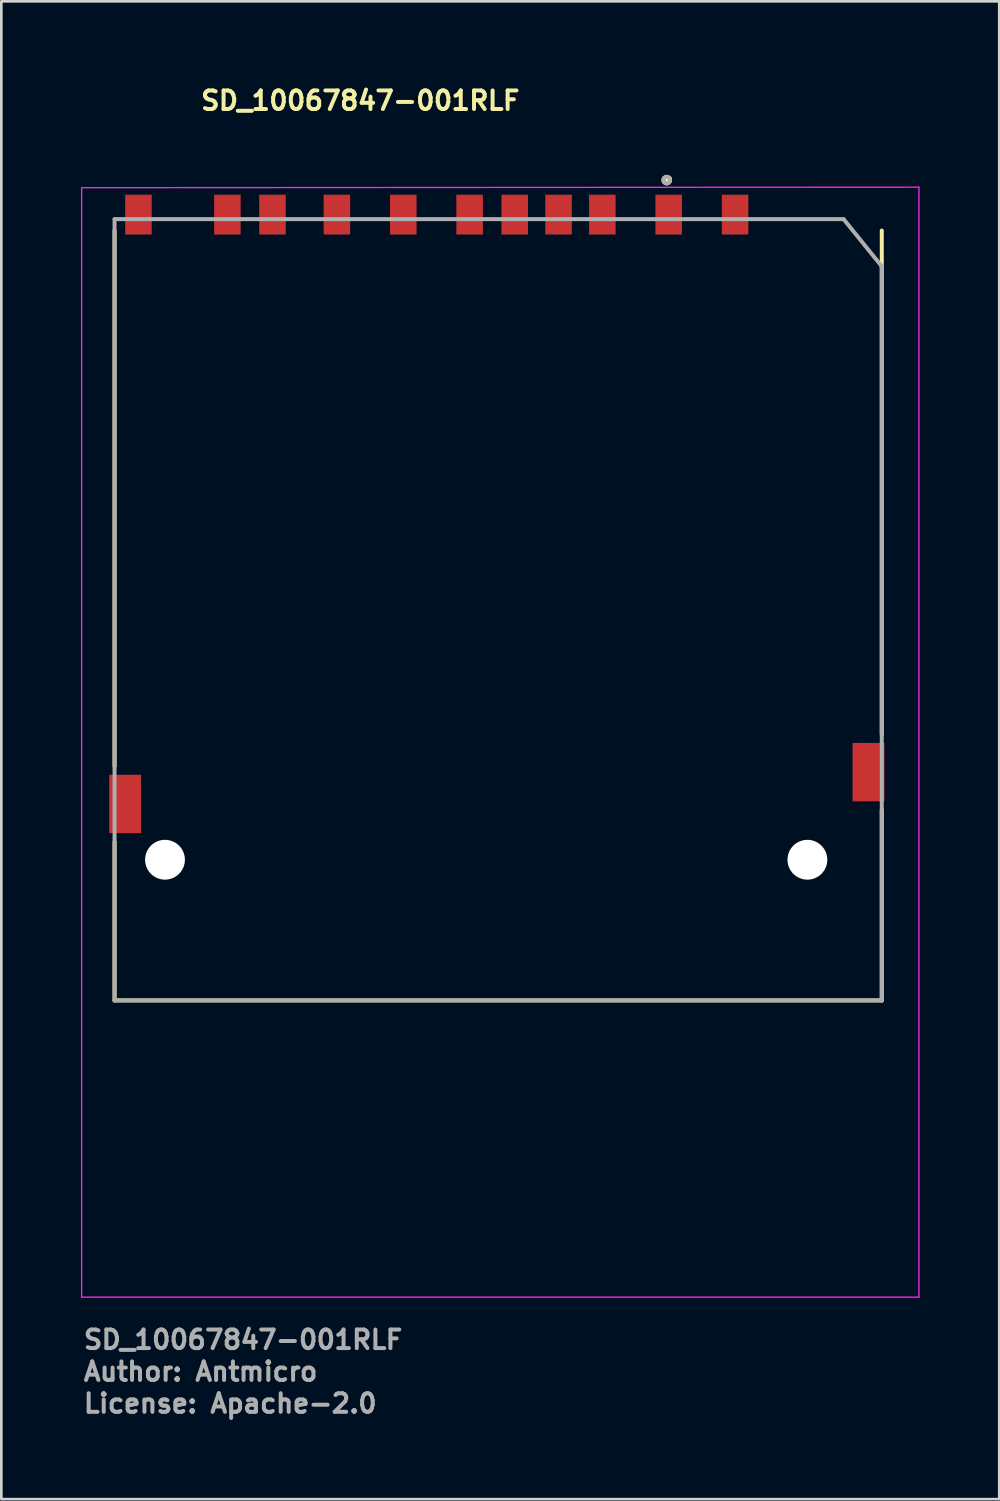
<source format=kicad_pcb>
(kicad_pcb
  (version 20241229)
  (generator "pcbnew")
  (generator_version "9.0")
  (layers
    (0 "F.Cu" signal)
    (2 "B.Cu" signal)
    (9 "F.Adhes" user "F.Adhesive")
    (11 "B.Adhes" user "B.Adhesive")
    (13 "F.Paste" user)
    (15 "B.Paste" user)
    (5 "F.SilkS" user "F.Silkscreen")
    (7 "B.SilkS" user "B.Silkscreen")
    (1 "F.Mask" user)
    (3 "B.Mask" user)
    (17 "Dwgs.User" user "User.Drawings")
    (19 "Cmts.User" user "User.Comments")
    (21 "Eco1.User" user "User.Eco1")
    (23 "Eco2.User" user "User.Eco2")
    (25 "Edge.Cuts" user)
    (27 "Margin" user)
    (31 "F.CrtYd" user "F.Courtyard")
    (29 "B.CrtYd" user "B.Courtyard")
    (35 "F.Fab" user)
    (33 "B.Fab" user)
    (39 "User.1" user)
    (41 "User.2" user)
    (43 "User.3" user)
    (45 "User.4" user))
  (footprint "SD_10067847-001RLF"
    (layer "F.Cu")
    (at 15.765 19.71)
    (property "Reference" "SD_10067847-001RLF" (at -11.325 -18.56 0) (layer "F.SilkS") (effects (font (size 0.7 0.7) (thickness 0.15)) (justify left bottom)))
    (attr smd)
    (fp_line (start -14.5 -14.075) (end -14.5 6.105) (stroke (width 0.15) (type solid)) (layer "F.SilkS"))
    (fp_line (start -14.5 8.942) (end -14.5 14.924) (stroke (width 0.15) (type solid)) (layer "F.SilkS"))
    (fp_line (start -14.5 14.924) (end 14.4 14.924) (stroke (width 0.15) (type solid)) (layer "F.SilkS"))
    (fp_line (start 14.4 -14.075) (end 14.4 4.905) (stroke (width 0.15) (type solid)) (layer "F.SilkS"))
    (fp_line (start 14.4 14.924) (end 14.4 7.745) (stroke (width 0.15) (type solid)) (layer "F.SilkS"))
    (fp_circle (center 6.299 -15.976) (end 6.349 -15.976) (stroke (width 0.15) (type solid)) (fill no) (layer "F.SilkS"))
    (fp_circle (center 6.373 -16.006) (end 6.421 -16.006) (stroke (width 0.15) (type solid)) (fill yes) (layer "F.SilkS"))
    (fp_circle (center 6.373 -16.006) (end 6.421 -16.006) (stroke (width 0.15) (type solid)) (fill yes) (layer "F.SilkS"))
    (fp_line (start -15.74 -15.69) (end 15.8 -15.71) (stroke (width 0.05) (type solid)) (layer "F.CrtYd"))
    (fp_line (start -15.74 26.1) (end -15.74 -15.69) (stroke (width 0.05) (type solid)) (layer "F.CrtYd"))
    (fp_line (start 15.8 -15.71) (end 15.8 26.1) (stroke (width 0.05) (type solid)) (layer "F.CrtYd"))
    (fp_line (start 15.8 26.1) (end -15.74 26.1) (stroke (width 0.05) (type solid)) (layer "F.CrtYd"))
    (fp_line (start -14.5 -14.505) (end 12.961 -14.505) (stroke (width 0.15) (type solid)) (layer "F.Fab"))
    (fp_line (start -14.5 14.924) (end -14.5 -14.505) (stroke (width 0.15) (type solid)) (layer "F.Fab"))
    (fp_line (start 12.961 -14.505) (end 14.4 -12.727) (stroke (width 0.15) (type solid)) (layer "F.Fab"))
    (fp_line (start 14.4 -12.727) (end 14.4 14.924) (stroke (width 0.15) (type solid)) (layer "F.Fab"))
    (fp_line (start 14.4 14.924) (end -14.5 14.924) (stroke (width 0.15) (type solid)) (layer "F.Fab"))
    (fp_circle (center 6.299 -15.976) (end 6.349 -15.976) (stroke (width 0.15) (type solid)) (fill no) (layer "F.Fab"))
    (fp_rect (start -14.225 -15.126) (end 14.224 15.125) (stroke (width 0.15) (type solid)) (fill no) (layer "User.5"))
    (fp_line (start -14.225 -9.625) (end -14.225 -8.125) (stroke (width 0.01) (type solid)) (layer "User.9"))
    (fp_line (start -14.225 -8.125) (end -14.2 -8.125) (stroke (width 0.01) (type solid)) (layer "User.9"))
    (fp_line (start -14.225 12.375) (end -14.225 9.875) (stroke (width 0.01) (type solid)) (layer "User.9"))
    (fp_line (start -14.225 13.125) (end -14.225 15.125) (stroke (width 0.01) (type solid)) (layer "User.9"))
    (fp_line (start -14.225 13.125) (end -13.975 13.125) (stroke (width 0.01) (type solid)) (layer "User.9"))
    (fp_line (start -14.2 -9.625) (end -14.225 -9.625) (stroke (width 0.01) (type solid)) (layer "User.9"))
    (fp_line (start -14.2 9.875) (end -14.225 9.875) (stroke (width 0.01) (type solid)) (layer "User.9"))
    (fp_line (start -14.2 12.375) (end -14.225 12.375) (stroke (width 0.01) (type solid)) (layer "User.9"))
    (fp_line (start -14.2 12.825) (end -14.2 -13.875) (stroke (width 0.01) (type solid)) (layer "User.9"))
    (fp_line (start -14.2 12.825) (end -14.098 12.825) (stroke (width 0.01) (type solid)) (layer "User.9"))
    (fp_line (start -14.098 -13.875) (end -14.2 -13.875) (stroke (width 0.01) (type solid)) (layer "User.9"))
    (fp_line (start -14.098 -13.875) (end -14.098 -13.875) (stroke (width 0.01) (type solid)) (layer "User.9"))
    (fp_line (start -14.098 12.825) (end -14.098 12.825) (stroke (width 0.01) (type solid)) (layer "User.9"))
    (fp_line (start -14.098 12.825) (end -13.85 12.825) (stroke (width 0.01) (type solid)) (layer "User.9"))
    (fp_line (start -13.975 13.125) (end -13.975 12.825) (stroke (width 0.01) (type solid)) (layer "User.9"))
    (fp_line (start -13.85 -13.875) (end -14.098 -13.875) (stroke (width 0.01) (type solid)) (layer "User.9"))
    (fp_line (start -13.85 -13.875) (end 13.849 -13.875) (stroke (width 0.01) (type solid)) (layer "User.9"))
    (fp_line (start -13.776 -14.326) (end -13.776 -15.125) (stroke (width 0.01) (type solid)) (layer "User.9"))
    (fp_line (start -13.776 -14.326) (end -13.575 -14.326) (stroke (width 0.01) (type solid)) (layer "User.9"))
    (fp_line (start -13.575 -15.125) (end -13.776 -15.125) (stroke (width 0.01) (type solid)) (layer "User.9"))
    (fp_line (start -13.575 -14.326) (end -13.475 -14.326) (stroke (width 0.01) (type solid)) (layer "User.9"))
    (fp_line (start -13.475 -15.125) (end -13.575 -15.125) (stroke (width 0.01) (type solid)) (layer "User.9"))
    (fp_line (start -13.475 -13.875) (end -13.475 -15.125) (stroke (width 0.01) (type solid)) (layer "User.9"))
    (fp_line (start -13.325 -15.125) (end -13.475 -15.125) (stroke (width 0.01) (type solid)) (layer "User.9"))
    (fp_line (start -13.325 -13.875) (end -13.325 -15.125) (stroke (width 0.01) (type solid)) (layer "User.9"))
    (fp_line (start -13.26 12.825) (end -13.85 12.825) (stroke (width 0.01) (type solid)) (layer "User.9"))
    (fp_line (start -13.26 13.485) (end -13.244 13.484) (stroke (width 0.01) (type solid)) (layer "User.9"))
    (fp_line (start -13.26 15.125) (end -14.225 15.125) (stroke (width 0.01) (type solid)) (layer "User.9"))
    (fp_line (start -13.26 15.125) (end -13.26 13.485) (stroke (width 0.01) (type solid)) (layer "User.9"))
    (fp_line (start -13.244 12.825) (end -13.26 12.825) (stroke (width 0.01) (type solid)) (layer "User.9"))
    (fp_line (start -13.244 13.484) (end -13.227 13.483) (stroke (width 0.01) (type solid)) (layer "User.9"))
    (fp_line (start -13.227 12.826) (end -13.244 12.825) (stroke (width 0.01) (type solid)) (layer "User.9"))
    (fp_line (start -13.227 13.483) (end -13.21 13.481) (stroke (width 0.01) (type solid)) (layer "User.9"))
    (fp_line (start -13.21 12.828) (end -13.227 12.826) (stroke (width 0.01) (type solid)) (layer "User.9"))
    (fp_line (start -13.21 13.481) (end -13.194 13.478) (stroke (width 0.01) (type solid)) (layer "User.9"))
    (fp_line (start -13.194 12.831) (end -13.21 12.828) (stroke (width 0.01) (type solid)) (layer "User.9"))
    (fp_line (start -13.194 13.478) (end -13.178 13.474) (stroke (width 0.01) (type solid)) (layer "User.9"))
    (fp_line (start -13.178 12.835) (end -13.194 12.831) (stroke (width 0.01) (type solid)) (layer "User.9"))
    (fp_line (start -13.178 13.474) (end -13.162 13.47) (stroke (width 0.01) (type solid)) (layer "User.9"))
    (fp_line (start -13.162 12.839) (end -13.178 12.835) (stroke (width 0.01) (type solid)) (layer "User.9"))
    (fp_line (start -13.162 13.47) (end -13.147 13.465) (stroke (width 0.01) (type solid)) (layer "User.9"))
    (fp_line (start -13.147 12.845) (end -13.162 12.839) (stroke (width 0.01) (type solid)) (layer "User.9"))
    (fp_line (start -13.147 13.465) (end -13.132 13.459) (stroke (width 0.01) (type solid)) (layer "User.9"))
    (fp_line (start -13.132 12.851) (end -13.147 12.845) (stroke (width 0.01) (type solid)) (layer "User.9"))
    (fp_line (start -13.132 13.459) (end -13.117 13.452) (stroke (width 0.01) (type solid)) (layer "User.9"))
    (fp_line (start -13.117 12.857) (end -13.132 12.851) (stroke (width 0.01) (type solid)) (layer "User.9"))
    (fp_line (start -13.117 13.452) (end -13.103 13.445) (stroke (width 0.01) (type solid)) (layer "User.9"))
    (fp_line (start -13.103 12.864) (end -13.117 12.857) (stroke (width 0.01) (type solid)) (layer "User.9"))
    (fp_line (start -13.103 13.445) (end -13.089 13.437) (stroke (width 0.01) (type solid)) (layer "User.9"))
    (fp_line (start -13.089 12.872) (end -13.103 12.864) (stroke (width 0.01) (type solid)) (layer "User.9"))
    (fp_line (start -13.089 13.437) (end -13.076 13.428) (stroke (width 0.01) (type solid)) (layer "User.9"))
    (fp_line (start -13.076 12.881) (end -13.089 12.872) (stroke (width 0.01) (type solid)) (layer "User.9"))
    (fp_line (start -13.076 13.428) (end -13.063 13.419) (stroke (width 0.01) (type solid)) (layer "User.9"))
    (fp_line (start -13.063 12.89) (end -13.076 12.881) (stroke (width 0.01) (type solid)) (layer "User.9"))
    (fp_line (start -13.063 13.419) (end -13.051 13.409) (stroke (width 0.01) (type solid)) (layer "User.9"))
    (fp_line (start -13.051 12.9) (end -13.063 12.89) (stroke (width 0.01) (type solid)) (layer "User.9"))
    (fp_line (start -13.051 13.409) (end -13.039 13.399) (stroke (width 0.01) (type solid)) (layer "User.9"))
    (fp_line (start -13.039 12.91) (end -13.051 12.9) (stroke (width 0.01) (type solid)) (layer "User.9"))
    (fp_line (start -13.039 13.399) (end -13.027 13.388) (stroke (width 0.01) (type solid)) (layer "User.9"))
    (fp_line (start -13.027 12.921) (end -13.039 12.91) (stroke (width 0.01) (type solid)) (layer "User.9"))
    (fp_line (start -13.027 13.388) (end -13.016 13.377) (stroke (width 0.01) (type solid)) (layer "User.9"))
    (fp_line (start -13.016 12.933) (end -13.027 12.921) (stroke (width 0.01) (type solid)) (layer "User.9"))
    (fp_line (start -13.016 13.377) (end -13.006 13.365) (stroke (width 0.01) (type solid)) (layer "User.9"))
    (fp_line (start -13.006 12.945) (end -13.016 12.933) (stroke (width 0.01) (type solid)) (layer "User.9"))
    (fp_line (start -13.006 13.365) (end -12.996 13.352) (stroke (width 0.01) (type solid)) (layer "User.9"))
    (fp_line (start -12.996 12.957) (end -13.006 12.945) (stroke (width 0.01) (type solid)) (layer "User.9"))
    (fp_line (start -12.996 13.352) (end -12.987 13.339) (stroke (width 0.01) (type solid)) (layer "User.9"))
    (fp_line (start -12.987 12.97) (end -12.996 12.957) (stroke (width 0.01) (type solid)) (layer "User.9"))
    (fp_line (start -12.987 13.339) (end -12.978 13.326) (stroke (width 0.01) (type solid)) (layer "User.9"))
    (fp_line (start -12.978 12.984) (end -12.987 12.97) (stroke (width 0.01) (type solid)) (layer "User.9"))
    (fp_line (start -12.978 13.326) (end -12.97 13.312) (stroke (width 0.01) (type solid)) (layer "User.9"))
    (fp_line (start -12.97 12.997) (end -12.978 12.984) (stroke (width 0.01) (type solid)) (layer "User.9"))
    (fp_line (start -12.97 13.312) (end -12.963 13.298) (stroke (width 0.01) (type solid)) (layer "User.9"))
    (fp_line (start -12.963 13.012) (end -12.97 12.997) (stroke (width 0.01) (type solid)) (layer "User.9"))
    (fp_line (start -12.963 13.298) (end -12.956 13.283) (stroke (width 0.01) (type solid)) (layer "User.9"))
    (fp_line (start -12.956 13.026) (end -12.963 13.012) (stroke (width 0.01) (type solid)) (layer "User.9"))
    (fp_line (start -12.956 13.283) (end -12.951 13.268) (stroke (width 0.01) (type solid)) (layer "User.9"))
    (fp_line (start -12.951 13.041) (end -12.956 13.026) (stroke (width 0.01) (type solid)) (layer "User.9"))
    (fp_line (start -12.951 13.268) (end -12.945 13.253) (stroke (width 0.01) (type solid)) (layer "User.9"))
    (fp_line (start -12.945 13.057) (end -12.951 13.041) (stroke (width 0.01) (type solid)) (layer "User.9"))
    (fp_line (start -12.945 13.253) (end -12.941 13.237) (stroke (width 0.01) (type solid)) (layer "User.9"))
    (fp_line (start -12.941 13.072) (end -12.945 13.057) (stroke (width 0.01) (type solid)) (layer "User.9"))
    (fp_line (start -12.941 13.237) (end -12.937 13.221) (stroke (width 0.01) (type solid)) (layer "User.9"))
    (fp_line (start -12.937 13.088) (end -12.941 13.072) (stroke (width 0.01) (type solid)) (layer "User.9"))
    (fp_line (start -12.937 13.221) (end -12.934 13.205) (stroke (width 0.01) (type solid)) (layer "User.9"))
    (fp_line (start -12.934 13.104) (end -12.937 13.088) (stroke (width 0.01) (type solid)) (layer "User.9"))
    (fp_line (start -12.934 13.205) (end -12.932 13.188) (stroke (width 0.01) (type solid)) (layer "User.9"))
    (fp_line (start -12.932 13.121) (end -12.934 13.104) (stroke (width 0.01) (type solid)) (layer "User.9"))
    (fp_line (start -12.932 13.188) (end -12.931 13.172) (stroke (width 0.01) (type solid)) (layer "User.9"))
    (fp_line (start -12.931 13.138) (end -12.932 13.121) (stroke (width 0.01) (type solid)) (layer "User.9"))
    (fp_line (start -12.931 13.172) (end -12.93 13.155) (stroke (width 0.01) (type solid)) (layer "User.9"))
    (fp_line (start -12.93 13.155) (end -12.931 13.138) (stroke (width 0.01) (type solid)) (layer "User.9"))
    (fp_line (start -10.35 -15.125) (end -10.35 -14.476) (stroke (width 0.01) (type solid)) (layer "User.9"))
    (fp_line (start -10.35 -15.125) (end -9.95 -15.125) (stroke (width 0.01) (type solid)) (layer "User.9"))
    (fp_line (start -10.35 -14.476) (end -10.35 -14.247) (stroke (width 0.01) (type solid)) (layer "User.9"))
    (fp_line (start -10.35 -14.247) (end -10.35 -13.875) (stroke (width 0.01) (type solid)) (layer "User.9"))
    (fp_line (start -9.95 -14.476) (end -9.95 -15.125) (stroke (width 0.01) (type solid)) (layer "User.9"))
    (fp_line (start -9.95 -14.247) (end -9.95 -14.476) (stroke (width 0.01) (type solid)) (layer "User.9"))
    (fp_line (start -9.95 -13.875) (end -9.95 -14.247) (stroke (width 0.01) (type solid)) (layer "User.9"))
    (fp_line (start -9.901 1.125) (end -9.901 7.125) (stroke (width 0.01) (type solid)) (layer "User.9"))
    (fp_line (start -9.901 7.125) (end -9.9 7.135) (stroke (width 0.01) (type solid)) (layer "User.9"))
    (fp_line (start -9.9 7.135) (end -9.899 7.145) (stroke (width 0.01) (type solid)) (layer "User.9"))
    (fp_line (start -9.899 7.145) (end -9.898 7.155) (stroke (width 0.01) (type solid)) (layer "User.9"))
    (fp_line (start -9.898 7.155) (end -9.896 7.165) (stroke (width 0.01) (type solid)) (layer "User.9"))
    (fp_line (start -9.896 7.165) (end -9.894 7.175) (stroke (width 0.01) (type solid)) (layer "User.9"))
    (fp_line (start -9.894 7.175) (end -9.891 7.184) (stroke (width 0.01) (type solid)) (layer "User.9"))
    (fp_line (start -9.891 7.184) (end -9.888 7.193) (stroke (width 0.01) (type solid)) (layer "User.9"))
    (fp_line (start -9.888 7.193) (end -9.885 7.202) (stroke (width 0.01) (type solid)) (layer "User.9"))
    (fp_line (start -9.885 7.202) (end -9.881 7.211) (stroke (width 0.01) (type solid)) (layer "User.9"))
    (fp_line (start -9.881 7.211) (end -9.876 7.22) (stroke (width 0.01) (type solid)) (layer "User.9"))
    (fp_line (start -9.88 6.386) (end -9.901 6.405) (stroke (width 0.01) (type solid)) (layer "User.9"))
    (fp_line (start -9.876 7.22) (end -9.871 7.228) (stroke (width 0.01) (type solid)) (layer "User.9"))
    (fp_line (start -9.871 7.228) (end -9.866 7.236) (stroke (width 0.01) (type solid)) (layer "User.9"))
    (fp_line (start -9.866 7.236) (end -9.861 7.244) (stroke (width 0.01) (type solid)) (layer "User.9"))
    (fp_line (start -9.861 6.367) (end -9.88 6.386) (stroke (width 0.01) (type solid)) (layer "User.9"))
    (fp_line (start -9.861 7.244) (end -9.855 7.252) (stroke (width 0.01) (type solid)) (layer "User.9"))
    (fp_line (start -9.855 7.252) (end -9.848 7.259) (stroke (width 0.01) (type solid)) (layer "User.9"))
    (fp_line (start -9.848 7.259) (end -9.842 7.266) (stroke (width 0.01) (type solid)) (layer "User.9"))
    (fp_line (start -9.843 6.347) (end -9.861 6.367) (stroke (width 0.01) (type solid)) (layer "User.9"))
    (fp_line (start -9.842 7.266) (end -9.835 7.272) (stroke (width 0.01) (type solid)) (layer "User.9"))
    (fp_line (start -9.835 7.272) (end -9.828 7.279) (stroke (width 0.01) (type solid)) (layer "User.9"))
    (fp_line (start -9.828 7.279) (end -9.82 7.285) (stroke (width 0.01) (type solid)) (layer "User.9"))
    (fp_line (start -9.826 6.326) (end -9.843 6.347) (stroke (width 0.01) (type solid)) (layer "User.9"))
    (fp_line (start -9.82 7.285) (end -9.812 7.29) (stroke (width 0.01) (type solid)) (layer "User.9"))
    (fp_line (start -9.812 7.29) (end -9.804 7.295) (stroke (width 0.01) (type solid)) (layer "User.9"))
    (fp_line (start -9.811 6.304) (end -9.826 6.326) (stroke (width 0.01) (type solid)) (layer "User.9"))
    (fp_line (start -9.804 7.295) (end -9.796 7.3) (stroke (width 0.01) (type solid)) (layer "User.9"))
    (fp_line (start -9.796 6.281) (end -9.811 6.304) (stroke (width 0.01) (type solid)) (layer "User.9"))
    (fp_line (start -9.796 7.3) (end -9.787 7.305) (stroke (width 0.01) (type solid)) (layer "User.9"))
    (fp_line (start -9.787 7.305) (end -9.778 7.309) (stroke (width 0.01) (type solid)) (layer "User.9"))
    (fp_line (start -9.783 6.258) (end -9.796 6.281) (stroke (width 0.01) (type solid)) (layer "User.9"))
    (fp_line (start -9.778 7.309) (end -9.769 7.312) (stroke (width 0.01) (type solid)) (layer "User.9"))
    (fp_line (start -9.771 6.234) (end -9.783 6.258) (stroke (width 0.01) (type solid)) (layer "User.9"))
    (fp_line (start -9.769 7.312) (end -9.76 7.315) (stroke (width 0.01) (type solid)) (layer "User.9"))
    (fp_line (start -9.761 6.209) (end -9.771 6.234) (stroke (width 0.01) (type solid)) (layer "User.9"))
    (fp_line (start -9.76 7.315) (end -9.75 7.318) (stroke (width 0.01) (type solid)) (layer "User.9"))
    (fp_line (start -9.752 6.184) (end -9.761 6.209) (stroke (width 0.01) (type solid)) (layer "User.9"))
    (fp_line (start -9.75 7.318) (end -9.741 7.32) (stroke (width 0.01) (type solid)) (layer "User.9"))
    (fp_line (start -9.744 6.158) (end -9.752 6.184) (stroke (width 0.01) (type solid)) (layer "User.9"))
    (fp_line (start -9.741 7.32) (end -9.731 7.322) (stroke (width 0.01) (type solid)) (layer "User.9"))
    (fp_line (start -9.737 6.132) (end -9.744 6.158) (stroke (width 0.01) (type solid)) (layer "User.9"))
    (fp_line (start -9.732 6.106) (end -9.737 6.132) (stroke (width 0.01) (type solid)) (layer "User.9"))
    (fp_line (start -9.731 7.322) (end -9.721 7.323) (stroke (width 0.01) (type solid)) (layer "User.9"))
    (fp_line (start -9.728 6.079) (end -9.732 6.106) (stroke (width 0.01) (type solid)) (layer "User.9"))
    (fp_line (start -9.726 6.052) (end -9.728 6.079) (stroke (width 0.01) (type solid)) (layer "User.9"))
    (fp_line (start -9.725 2.23) (end -9.726 2.306) (stroke (width 0.01) (type solid)) (layer "User.9"))
    (fp_line (start -9.725 2.306) (end -9.725 6.025) (stroke (width 0.01) (type solid)) (layer "User.9"))
    (fp_line (start -9.725 6.025) (end -9.726 6.052) (stroke (width 0.01) (type solid)) (layer "User.9"))
    (fp_line (start -9.722 2.154) (end -9.725 2.23) (stroke (width 0.01) (type solid)) (layer "User.9"))
    (fp_line (start -9.721 7.323) (end -9.711 7.324) (stroke (width 0.01) (type solid)) (layer "User.9"))
    (fp_line (start -9.717 2.078) (end -9.722 2.154) (stroke (width 0.01) (type solid)) (layer "User.9"))
    (fp_line (start -9.711 7.324) (end -9.701 7.324) (stroke (width 0.01) (type solid)) (layer "User.9"))
    (fp_line (start -9.71 2.002) (end -9.717 2.078) (stroke (width 0.01) (type solid)) (layer "User.9"))
    (fp_line (start -9.702 1.927) (end -9.71 2.002) (stroke (width 0.01) (type solid)) (layer "User.9"))
    (fp_line (start -9.701 7.324) (end -9.701 7.324) (stroke (width 0.01) (type solid)) (layer "User.9"))
    (fp_line (start -9.701 7.324) (end -9.69 7.324) (stroke (width 0.01) (type solid)) (layer "User.9"))
    (fp_line (start -9.691 1.852) (end -9.702 1.927) (stroke (width 0.01) (type solid)) (layer "User.9"))
    (fp_line (start -9.69 7.324) (end -9.68 7.323) (stroke (width 0.01) (type solid)) (layer "User.9"))
    (fp_line (start -9.68 7.323) (end -9.67 7.322) (stroke (width 0.01) (type solid)) (layer "User.9"))
    (fp_line (start -9.679 1.777) (end -9.691 1.852) (stroke (width 0.01) (type solid)) (layer "User.9"))
    (fp_line (start -9.67 7.322) (end -9.66 7.32) (stroke (width 0.01) (type solid)) (layer "User.9"))
    (fp_line (start -9.664 1.703) (end -9.679 1.777) (stroke (width 0.01) (type solid)) (layer "User.9"))
    (fp_line (start -9.66 7.32) (end -9.651 7.318) (stroke (width 0.01) (type solid)) (layer "User.9"))
    (fp_line (start -9.651 7.318) (end -9.641 7.315) (stroke (width 0.01) (type solid)) (layer "User.9"))
    (fp_line (start -9.648 1.629) (end -9.664 1.703) (stroke (width 0.01) (type solid)) (layer "User.9"))
    (fp_line (start -9.641 7.315) (end -9.632 7.312) (stroke (width 0.01) (type solid)) (layer "User.9"))
    (fp_line (start -9.632 7.312) (end -9.623 7.309) (stroke (width 0.01) (type solid)) (layer "User.9"))
    (fp_line (start -9.63 1.555) (end -9.648 1.629) (stroke (width 0.01) (type solid)) (layer "User.9"))
    (fp_line (start -9.623 7.309) (end -9.614 7.305) (stroke (width 0.01) (type solid)) (layer "User.9"))
    (fp_line (start -9.614 7.305) (end -9.605 7.3) (stroke (width 0.01) (type solid)) (layer "User.9"))
    (fp_line (start -9.61 1.482) (end -9.63 1.555) (stroke (width 0.01) (type solid)) (layer "User.9"))
    (fp_line (start -9.605 7.3) (end -9.597 7.295) (stroke (width 0.01) (type solid)) (layer "User.9"))
    (fp_line (start -9.597 7.295) (end -9.589 7.29) (stroke (width 0.01) (type solid)) (layer "User.9"))
    (fp_line (start -9.589 1.41) (end -9.61 1.482) (stroke (width 0.01) (type solid)) (layer "User.9"))
    (fp_line (start -9.589 7.29) (end -9.581 7.285) (stroke (width 0.01) (type solid)) (layer "User.9"))
    (fp_line (start -9.581 7.285) (end -9.573 7.279) (stroke (width 0.01) (type solid)) (layer "User.9"))
    (fp_line (start -9.573 7.279) (end -9.566 7.273) (stroke (width 0.01) (type solid)) (layer "User.9"))
    (fp_line (start -9.566 7.273) (end -9.559 7.266) (stroke (width 0.01) (type solid)) (layer "User.9"))
    (fp_line (start -9.565 1.337) (end -9.589 1.41) (stroke (width 0.01) (type solid)) (layer "User.9"))
    (fp_line (start -9.559 7.266) (end -9.553 7.259) (stroke (width 0.01) (type solid)) (layer "User.9"))
    (fp_line (start -9.553 7.259) (end -9.546 7.252) (stroke (width 0.01) (type solid)) (layer "User.9"))
    (fp_line (start -9.546 7.252) (end -9.54 7.244) (stroke (width 0.01) (type solid)) (layer "User.9"))
    (fp_line (start -9.54 1.266) (end -9.565 1.337) (stroke (width 0.01) (type solid)) (layer "User.9"))
    (fp_line (start -9.54 7.244) (end -9.535 7.236) (stroke (width 0.01) (type solid)) (layer "User.9"))
    (fp_line (start -9.535 7.236) (end -9.53 7.228) (stroke (width 0.01) (type solid)) (layer "User.9"))
    (fp_line (start -9.53 7.228) (end -9.525 7.22) (stroke (width 0.01) (type solid)) (layer "User.9"))
    (fp_line (start -9.525 7.22) (end -9.52 7.211) (stroke (width 0.01) (type solid)) (layer "User.9"))
    (fp_line (start -9.52 7.211) (end -9.516 7.202) (stroke (width 0.01) (type solid)) (layer "User.9"))
    (fp_line (start -9.516 7.202) (end -9.513 7.193) (stroke (width 0.01) (type solid)) (layer "User.9"))
    (fp_line (start -9.513 7.193) (end -9.51 7.184) (stroke (width 0.01) (type solid)) (layer "User.9"))
    (fp_line (start -9.512 1.195) (end -9.54 1.266) (stroke (width 0.01) (type solid)) (layer "User.9"))
    (fp_line (start -9.51 7.184) (end -9.507 7.175) (stroke (width 0.01) (type solid)) (layer "User.9"))
    (fp_line (start -9.507 7.175) (end -9.505 7.165) (stroke (width 0.01) (type solid)) (layer "User.9"))
    (fp_line (start -9.505 7.165) (end -9.503 7.155) (stroke (width 0.01) (type solid)) (layer "User.9"))
    (fp_line (start -9.503 7.155) (end -9.502 7.145) (stroke (width 0.01) (type solid)) (layer "User.9"))
    (fp_line (start -9.502 7.145) (end -9.501 7.135) (stroke (width 0.01) (type solid)) (layer "User.9"))
    (fp_line (start -9.501 7.135) (end -9.5 7.125) (stroke (width 0.01) (type solid)) (layer "User.9"))
    (fp_line (start -9.5 1.825) (end -9.5 1.852) (stroke (width 0.01) (type solid)) (layer "User.9"))
    (fp_line (start -9.5 1.852) (end -7.901 1.852) (stroke (width 0.01) (type solid)) (layer "User.9"))
    (fp_line (start -9.5 2.516) (end -9.5 1.852) (stroke (width 0.01) (type solid)) (layer "User.9"))
    (fp_line (start -9.5 2.516) (end -9.5 2.787) (stroke (width 0.01) (type solid)) (layer "User.9"))
    (fp_line (start -9.5 2.787) (end -9.5 4.035) (stroke (width 0.01) (type solid)) (layer "User.9"))
    (fp_line (start -9.5 4.035) (end -9.5 4.278) (stroke (width 0.01) (type solid)) (layer "User.9"))
    (fp_line (start -9.5 7.125) (end -9.5 4.278) (stroke (width 0.01) (type solid)) (layer "User.9"))
    (fp_line (start -9.483 1.125) (end -9.512 1.195) (stroke (width 0.01) (type solid)) (layer "User.9"))
    (fp_line (start -8.651 -15.125) (end -8.651 -14.476) (stroke (width 0.01) (type solid)) (layer "User.9"))
    (fp_line (start -8.651 -15.125) (end -8.25 -15.125) (stroke (width 0.01) (type solid)) (layer "User.9"))
    (fp_line (start -8.651 -14.476) (end -8.651 -14.247) (stroke (width 0.01) (type solid)) (layer "User.9"))
    (fp_line (start -8.651 -14.247) (end -8.651 -13.875) (stroke (width 0.01) (type solid)) (layer "User.9"))
    (fp_line (start -8.25 -14.476) (end -8.25 -15.125) (stroke (width 0.01) (type solid)) (layer "User.9"))
    (fp_line (start -8.25 -14.247) (end -8.25 -14.476) (stroke (width 0.01) (type solid)) (layer "User.9"))
    (fp_line (start -8.25 -13.875) (end -8.25 -14.247) (stroke (width 0.01) (type solid)) (layer "User.9"))
    (fp_line (start -7.901 1.825) (end -9.5 1.825) (stroke (width 0.01) (type solid)) (layer "User.9"))
    (fp_line (start -7.901 1.852) (end -7.901 1.825) (stroke (width 0.01) (type solid)) (layer "User.9"))
    (fp_line (start -7.901 2.516) (end -7.901 1.852) (stroke (width 0.01) (type solid)) (layer "User.9"))
    (fp_line (start -7.901 2.787) (end -7.901 2.516) (stroke (width 0.01) (type solid)) (layer "User.9"))
    (fp_line (start -7.901 4.035) (end -7.901 2.787) (stroke (width 0.01) (type solid)) (layer "User.9"))
    (fp_line (start -7.901 4.278) (end -7.901 4.035) (stroke (width 0.01) (type solid)) (layer "User.9"))
    (fp_line (start -7.901 4.278) (end -7.901 7.125) (stroke (width 0.01) (type solid)) (layer "User.9"))
    (fp_line (start -7.901 7.125) (end -7.9 7.138) (stroke (width 0.01) (type solid)) (layer "User.9"))
    (fp_line (start -7.9 7.138) (end -7.899 7.151) (stroke (width 0.01) (type solid)) (layer "User.9"))
    (fp_line (start -7.899 7.151) (end -7.897 7.164) (stroke (width 0.01) (type solid)) (layer "User.9"))
    (fp_line (start -7.897 7.164) (end -7.894 7.177) (stroke (width 0.01) (type solid)) (layer "User.9"))
    (fp_line (start -7.894 7.177) (end -7.89 7.189) (stroke (width 0.01) (type solid)) (layer "User.9"))
    (fp_line (start -7.89 7.189) (end -7.885 7.201) (stroke (width 0.01) (type solid)) (layer "User.9"))
    (fp_line (start -7.885 7.201) (end -7.88 7.213) (stroke (width 0.01) (type solid)) (layer "User.9"))
    (fp_line (start -7.88 7.213) (end -7.874 7.225) (stroke (width 0.01) (type solid)) (layer "User.9"))
    (fp_line (start -7.874 7.225) (end -7.867 7.236) (stroke (width 0.01) (type solid)) (layer "User.9"))
    (fp_line (start -7.867 7.236) (end -7.859 7.246) (stroke (width 0.01) (type solid)) (layer "User.9"))
    (fp_line (start -7.859 7.246) (end -7.851 7.256) (stroke (width 0.01) (type solid)) (layer "User.9"))
    (fp_line (start -7.851 7.256) (end -7.842 7.266) (stroke (width 0.01) (type solid)) (layer "User.9"))
    (fp_line (start -7.842 7.266) (end -7.833 7.275) (stroke (width 0.01) (type solid)) (layer "User.9"))
    (fp_line (start -7.833 7.275) (end -7.823 7.283) (stroke (width 0.01) (type solid)) (layer "User.9"))
    (fp_line (start -7.823 7.283) (end -7.812 7.291) (stroke (width 0.01) (type solid)) (layer "User.9"))
    (fp_line (start -7.812 7.291) (end -7.8 7.298) (stroke (width 0.01) (type solid)) (layer "User.9"))
    (fp_line (start -7.8 7.298) (end -7.8 7.298) (stroke (width 0.01) (type solid)) (layer "User.9"))
    (fp_line (start -7.8 7.298) (end -7.789 7.304) (stroke (width 0.01) (type solid)) (layer "User.9"))
    (fp_line (start -7.789 7.304) (end -7.777 7.31) (stroke (width 0.01) (type solid)) (layer "User.9"))
    (fp_line (start -7.777 7.31) (end -7.764 7.314) (stroke (width 0.01) (type solid)) (layer "User.9"))
    (fp_line (start -7.764 7.314) (end -7.752 7.318) (stroke (width 0.01) (type solid)) (layer "User.9"))
    (fp_line (start -7.752 7.318) (end -7.739 7.321) (stroke (width 0.01) (type solid)) (layer "User.9"))
    (fp_line (start -7.739 7.321) (end -7.726 7.323) (stroke (width 0.01) (type solid)) (layer "User.9"))
    (fp_line (start -7.726 7.323) (end -7.713 7.324) (stroke (width 0.01) (type solid)) (layer "User.9"))
    (fp_line (start -7.713 7.324) (end -7.701 7.325) (stroke (width 0.01) (type solid)) (layer "User.9"))
    (fp_line (start -7.701 7.325) (end -7.688 7.324) (stroke (width 0.01) (type solid)) (layer "User.9"))
    (fp_line (start -7.688 7.324) (end -7.675 7.323) (stroke (width 0.01) (type solid)) (layer "User.9"))
    (fp_line (start -7.675 7.323) (end -7.662 7.321) (stroke (width 0.01) (type solid)) (layer "User.9"))
    (fp_line (start -7.662 7.321) (end -7.649 7.318) (stroke (width 0.01) (type solid)) (layer "User.9"))
    (fp_line (start -7.649 7.318) (end -7.637 7.314) (stroke (width 0.01) (type solid)) (layer "User.9"))
    (fp_line (start -7.637 7.314) (end -7.624 7.31) (stroke (width 0.01) (type solid)) (layer "User.9"))
    (fp_line (start -7.624 7.31) (end -7.612 7.304) (stroke (width 0.01) (type solid)) (layer "User.9"))
    (fp_line (start -7.612 7.304) (end -7.6 7.298) (stroke (width 0.01) (type solid)) (layer "User.9"))
    (fp_line (start -7.6 7.298) (end -7.6 7.298) (stroke (width 0.01) (type solid)) (layer "User.9"))
    (fp_line (start -7.6 7.298) (end -7.595 7.294) (stroke (width 0.01) (type solid)) (layer "User.9"))
    (fp_line (start -7.595 7.294) (end -7.589 7.291) (stroke (width 0.01) (type solid)) (layer "User.9"))
    (fp_line (start -7.589 7.291) (end -7.584 7.287) (stroke (width 0.01) (type solid)) (layer "User.9"))
    (fp_line (start -7.584 7.287) (end -7.578 7.283) (stroke (width 0.01) (type solid)) (layer "User.9"))
    (fp_line (start -7.578 7.283) (end -7.573 7.279) (stroke (width 0.01) (type solid)) (layer "User.9"))
    (fp_line (start -7.573 7.279) (end -7.568 7.275) (stroke (width 0.01) (type solid)) (layer "User.9"))
    (fp_line (start -7.568 7.275) (end -7.563 7.27) (stroke (width 0.01) (type solid)) (layer "User.9"))
    (fp_line (start -7.563 7.27) (end -7.559 7.266) (stroke (width 0.01) (type solid)) (layer "User.9"))
    (fp_line (start -7.559 7.266) (end -7.554 7.261) (stroke (width 0.01) (type solid)) (layer "User.9"))
    (fp_line (start -7.554 7.261) (end -7.55 7.256) (stroke (width 0.01) (type solid)) (layer "User.9"))
    (fp_line (start -7.55 7.256) (end -7.546 7.251) (stroke (width 0.01) (type solid)) (layer "User.9"))
    (fp_line (start -7.546 7.251) (end -7.542 7.246) (stroke (width 0.01) (type solid)) (layer "User.9"))
    (fp_line (start -7.542 7.246) (end -7.538 7.241) (stroke (width 0.01) (type solid)) (layer "User.9"))
    (fp_line (start -7.538 7.241) (end -7.534 7.236) (stroke (width 0.01) (type solid)) (layer "User.9"))
    (fp_line (start -7.534 7.236) (end -7.531 7.23) (stroke (width 0.01) (type solid)) (layer "User.9"))
    (fp_line (start -7.531 7.23) (end -7.527 7.225) (stroke (width 0.01) (type solid)) (layer "User.9"))
    (fp_line (start -7.527 7.225) (end -7.524 7.219) (stroke (width 0.01) (type solid)) (layer "User.9"))
    (fp_line (start -7.524 7.219) (end -7.521 7.213) (stroke (width 0.01) (type solid)) (layer "User.9"))
    (fp_line (start -7.521 7.213) (end -7.518 7.207) (stroke (width 0.01) (type solid)) (layer "User.9"))
    (fp_line (start -7.518 7.207) (end -7.516 7.201) (stroke (width 0.01) (type solid)) (layer "User.9"))
    (fp_line (start -7.516 7.201) (end -7.513 7.195) (stroke (width 0.01) (type solid)) (layer "User.9"))
    (fp_line (start -7.513 7.195) (end -7.511 7.189) (stroke (width 0.01) (type solid)) (layer "User.9"))
    (fp_line (start -7.511 7.189) (end -7.509 7.183) (stroke (width 0.01) (type solid)) (layer "User.9"))
    (fp_line (start -7.509 7.183) (end -7.507 7.177) (stroke (width 0.01) (type solid)) (layer "User.9"))
    (fp_line (start -7.507 7.177) (end -7.506 7.171) (stroke (width 0.01) (type solid)) (layer "User.9"))
    (fp_line (start -7.506 7.171) (end -7.504 7.164) (stroke (width 0.01) (type solid)) (layer "User.9"))
    (fp_line (start -7.504 7.164) (end -7.503 7.158) (stroke (width 0.01) (type solid)) (layer "User.9"))
    (fp_line (start -7.503 7.158) (end -7.502 7.151) (stroke (width 0.01) (type solid)) (layer "User.9"))
    (fp_line (start -7.502 7.151) (end -7.501 7.145) (stroke (width 0.01) (type solid)) (layer "User.9"))
    (fp_line (start -7.501 7.131) (end -7.5 7.125) (stroke (width 0.01) (type solid)) (layer "User.9"))
    (fp_line (start -7.501 7.138) (end -7.501 7.131) (stroke (width 0.01) (type solid)) (layer "User.9"))
    (fp_line (start -7.501 7.145) (end -7.501 7.138) (stroke (width 0.01) (type solid)) (layer "User.9"))
    (fp_line (start -7.5 1.125) (end -9.901 1.125) (stroke (width 0.01) (type solid)) (layer "User.9"))
    (fp_line (start -7.5 7.125) (end -7.5 1.125) (stroke (width 0.01) (type solid)) (layer "User.9"))
    (fp_line (start -6.225 -15.125) (end -6.225 -14.476) (stroke (width 0.01) (type solid)) (layer "User.9"))
    (fp_line (start -6.225 -15.125) (end -5.826 -15.125) (stroke (width 0.01) (type solid)) (layer "User.9"))
    (fp_line (start -6.225 -14.476) (end -6.225 -14.247) (stroke (width 0.01) (type solid)) (layer "User.9"))
    (fp_line (start -6.225 -14.247) (end -6.225 -13.875) (stroke (width 0.01) (type solid)) (layer "User.9"))
    (fp_line (start -5.826 -14.476) (end -5.826 -15.125) (stroke (width 0.01) (type solid)) (layer "User.9"))
    (fp_line (start -5.826 -14.247) (end -5.826 -14.476) (stroke (width 0.01) (type solid)) (layer "User.9"))
    (fp_line (start -5.826 -13.875) (end -5.826 -14.247) (stroke (width 0.01) (type solid)) (layer "User.9"))
    (fp_line (start -3.726 -15.125) (end -3.726 -14.476) (stroke (width 0.01) (type solid)) (layer "User.9"))
    (fp_line (start -3.726 -15.125) (end -3.326 -15.125) (stroke (width 0.01) (type solid)) (layer "User.9"))
    (fp_line (start -3.726 -14.476) (end -3.726 -14.247) (stroke (width 0.01) (type solid)) (layer "User.9"))
    (fp_line (start -3.726 -14.247) (end -3.726 -13.875) (stroke (width 0.01) (type solid)) (layer "User.9"))
    (fp_line (start -3.326 -14.476) (end -3.326 -15.125) (stroke (width 0.01) (type solid)) (layer "User.9"))
    (fp_line (start -3.326 -14.247) (end -3.326 -14.476) (stroke (width 0.01) (type solid)) (layer "User.9"))
    (fp_line (start -3.326 -13.875) (end -3.326 -14.247) (stroke (width 0.01) (type solid)) (layer "User.9"))
    (fp_line (start -1.226 -15.126) (end -1.226 -14.476) (stroke (width 0.01) (type solid)) (layer "User.9"))
    (fp_line (start -1.226 -14.476) (end -1.226 -14.247) (stroke (width 0.01) (type solid)) (layer "User.9"))
    (fp_line (start -1.226 -14.247) (end -1.226 -13.875) (stroke (width 0.01) (type solid)) (layer "User.9"))
    (fp_line (start -0.825 -15.126) (end -1.226 -15.126) (stroke (width 0.01) (type solid)) (layer "User.9"))
    (fp_line (start -0.825 -14.476) (end -0.825 -15.126) (stroke (width 0.01) (type solid)) (layer "User.9"))
    (fp_line (start -0.825 -14.247) (end -0.825 -14.476) (stroke (width 0.01) (type solid)) (layer "User.9"))
    (fp_line (start -0.825 -13.875) (end -0.825 -14.247) (stroke (width 0.01) (type solid)) (layer "User.9"))
    (fp_line (start 0.474 -15.126) (end 0.474 -14.476) (stroke (width 0.01) (type solid)) (layer "User.9"))
    (fp_line (start 0.474 -14.476) (end 0.474 -14.247) (stroke (width 0.01) (type solid)) (layer "User.9"))
    (fp_line (start 0.474 -14.247) (end 0.474 -13.875) (stroke (width 0.01) (type solid)) (layer "User.9"))
    (fp_line (start 0.874 -15.126) (end 0.474 -15.126) (stroke (width 0.01) (type solid)) (layer "User.9"))
    (fp_line (start 0.874 -14.476) (end 0.874 -15.126) (stroke (width 0.01) (type solid)) (layer "User.9"))
    (fp_line (start 0.874 -14.247) (end 0.874 -14.476) (stroke (width 0.01) (type solid)) (layer "User.9"))
    (fp_line (start 0.874 -13.875) (end 0.874 -14.247) (stroke (width 0.01) (type solid)) (layer "User.9"))
    (fp_line (start 2.124 -15.126) (end 2.124 -14.576) (stroke (width 0.01) (type solid)) (layer "User.9"))
    (fp_line (start 2.124 -14.576) (end 2.124 -14.426) (stroke (width 0.01) (type solid)) (layer "User.9"))
    (fp_line (start 2.124 -14.426) (end 2.124 -14.323) (stroke (width 0.01) (type solid)) (layer "User.9"))
    (fp_line (start 2.124 -14.426) (end 2.524 -14.426) (stroke (width 0.01) (type solid)) (layer "User.9"))
    (fp_line (start 2.124 -14.323) (end 2.124 -14.323) (stroke (width 0.01) (type solid)) (layer "User.9"))
    (fp_line (start 2.124 -14.323) (end 2.124 -14.076) (stroke (width 0.01) (type solid)) (layer "User.9"))
    (fp_line (start 2.124 -13.875) (end 2.124 -14.076) (stroke (width 0.01) (type solid)) (layer "User.9"))
    (fp_line (start 2.524 -15.126) (end 2.124 -15.126) (stroke (width 0.01) (type solid)) (layer "User.9"))
    (fp_line (start 2.524 -14.576) (end 2.524 -15.126) (stroke (width 0.01) (type solid)) (layer "User.9"))
    (fp_line (start 2.524 -14.426) (end 2.124 -14.426) (stroke (width 0.01) (type solid)) (layer "User.9"))
    (fp_line (start 2.524 -14.426) (end 2.524 -14.576) (stroke (width 0.01) (type solid)) (layer "User.9"))
    (fp_line (start 2.524 -14.323) (end 2.524 -14.426) (stroke (width 0.01) (type solid)) (layer "User.9"))
    (fp_line (start 2.524 -14.323) (end 2.524 -14.323) (stroke (width 0.01) (type solid)) (layer "User.9"))
    (fp_line (start 2.524 -14.076) (end 2.524 -14.323) (stroke (width 0.01) (type solid)) (layer "User.9"))
    (fp_line (start 2.524 -13.875) (end 2.524 -14.076) (stroke (width 0.01) (type solid)) (layer "User.9"))
    (fp_line (start 3.775 -15.126) (end 3.775 -14.476) (stroke (width 0.01) (type solid)) (layer "User.9"))
    (fp_line (start 3.775 -14.476) (end 3.775 -14.247) (stroke (width 0.01) (type solid)) (layer "User.9"))
    (fp_line (start 3.775 -14.247) (end 3.775 -13.937) (stroke (width 0.01) (type solid)) (layer "User.9"))
    (fp_line (start 3.775 -13.937) (end 3.775 -13.875) (stroke (width 0.01) (type solid)) (layer "User.9"))
    (fp_line (start 4.174 -15.126) (end 3.775 -15.126) (stroke (width 0.01) (type solid)) (layer "User.9"))
    (fp_line (start 4.174 -14.476) (end 4.174 -15.126) (stroke (width 0.01) (type solid)) (layer "User.9"))
    (fp_line (start 4.174 -14.247) (end 4.174 -14.476) (stroke (width 0.01) (type solid)) (layer "User.9"))
    (fp_line (start 4.174 -13.937) (end 4.174 -14.247) (stroke (width 0.01) (type solid)) (layer "User.9"))
    (fp_line (start 4.174 -13.875) (end 4.174 -13.937) (stroke (width 0.01) (type solid)) (layer "User.9"))
    (fp_line (start 6.275 -15.126) (end 6.275 -14.476) (stroke (width 0.01) (type solid)) (layer "User.9"))
    (fp_line (start 6.275 -14.476) (end 6.275 -14.247) (stroke (width 0.01) (type solid)) (layer "User.9"))
    (fp_line (start 6.275 -14.247) (end 6.275 -13.937) (stroke (width 0.01) (type solid)) (layer "User.9"))
    (fp_line (start 6.275 -13.937) (end 6.275 -13.875) (stroke (width 0.01) (type solid)) (layer "User.9"))
    (fp_line (start 6.674 -15.126) (end 6.275 -15.126) (stroke (width 0.01) (type solid)) (layer "User.9"))
    (fp_line (start 6.674 -14.476) (end 6.674 -15.126) (stroke (width 0.01) (type solid)) (layer "User.9"))
    (fp_line (start 6.674 -14.247) (end 6.674 -14.476) (stroke (width 0.01) (type solid)) (layer "User.9"))
    (fp_line (start 6.674 -13.937) (end 6.674 -14.247) (stroke (width 0.01) (type solid)) (layer "User.9"))
    (fp_line (start 6.674 -13.875) (end 6.674 -13.937) (stroke (width 0.01) (type solid)) (layer "User.9"))
    (fp_line (start 7.499 1.125) (end 7.499 7.125) (stroke (width 0.01) (type solid)) (layer "User.9"))
    (fp_line (start 7.499 7.125) (end 7.5 7.135) (stroke (width 0.01) (type solid)) (layer "User.9"))
    (fp_line (start 7.5 7.135) (end 7.501 7.145) (stroke (width 0.01) (type solid)) (layer "User.9"))
    (fp_line (start 7.501 7.145) (end 7.502 7.155) (stroke (width 0.01) (type solid)) (layer "User.9"))
    (fp_line (start 7.502 7.155) (end 7.504 7.165) (stroke (width 0.01) (type solid)) (layer "User.9"))
    (fp_line (start 7.504 7.165) (end 7.506 7.175) (stroke (width 0.01) (type solid)) (layer "User.9"))
    (fp_line (start 7.506 7.175) (end 7.509 7.184) (stroke (width 0.01) (type solid)) (layer "User.9"))
    (fp_line (start 7.509 7.184) (end 7.512 7.193) (stroke (width 0.01) (type solid)) (layer "User.9"))
    (fp_line (start 7.512 7.193) (end 7.515 7.202) (stroke (width 0.01) (type solid)) (layer "User.9"))
    (fp_line (start 7.515 7.202) (end 7.519 7.211) (stroke (width 0.01) (type solid)) (layer "User.9"))
    (fp_line (start 7.519 7.211) (end 7.524 7.22) (stroke (width 0.01) (type solid)) (layer "User.9"))
    (fp_line (start 7.524 7.22) (end 7.529 7.228) (stroke (width 0.01) (type solid)) (layer "User.9"))
    (fp_line (start 7.529 7.228) (end 7.534 7.236) (stroke (width 0.01) (type solid)) (layer "User.9"))
    (fp_line (start 7.534 7.236) (end 7.539 7.244) (stroke (width 0.01) (type solid)) (layer "User.9"))
    (fp_line (start 7.539 7.244) (end 7.545 7.252) (stroke (width 0.01) (type solid)) (layer "User.9"))
    (fp_line (start 7.545 7.252) (end 7.552 7.259) (stroke (width 0.01) (type solid)) (layer "User.9"))
    (fp_line (start 7.552 7.259) (end 7.558 7.266) (stroke (width 0.01) (type solid)) (layer "User.9"))
    (fp_line (start 7.558 7.266) (end 7.565 7.272) (stroke (width 0.01) (type solid)) (layer "User.9"))
    (fp_line (start 7.565 7.272) (end 7.572 7.279) (stroke (width 0.01) (type solid)) (layer "User.9"))
    (fp_line (start 7.572 7.279) (end 7.58 7.285) (stroke (width 0.01) (type solid)) (layer "User.9"))
    (fp_line (start 7.58 7.285) (end 7.588 7.29) (stroke (width 0.01) (type solid)) (layer "User.9"))
    (fp_line (start 7.588 7.29) (end 7.596 7.295) (stroke (width 0.01) (type solid)) (layer "User.9"))
    (fp_line (start 7.596 7.295) (end 7.604 7.3) (stroke (width 0.01) (type solid)) (layer "User.9"))
    (fp_line (start 7.604 7.3) (end 7.613 7.305) (stroke (width 0.01) (type solid)) (layer "User.9"))
    (fp_line (start 7.613 7.305) (end 7.622 7.309) (stroke (width 0.01) (type solid)) (layer "User.9"))
    (fp_line (start 7.622 7.309) (end 7.631 7.312) (stroke (width 0.01) (type solid)) (layer "User.9"))
    (fp_line (start 7.631 7.312) (end 7.64 7.315) (stroke (width 0.01) (type solid)) (layer "User.9"))
    (fp_line (start 7.64 7.315) (end 7.65 7.318) (stroke (width 0.01) (type solid)) (layer "User.9"))
    (fp_line (start 7.65 7.318) (end 7.659 7.32) (stroke (width 0.01) (type solid)) (layer "User.9"))
    (fp_line (start 7.659 7.32) (end 7.669 7.322) (stroke (width 0.01) (type solid)) (layer "User.9"))
    (fp_line (start 7.669 7.322) (end 7.679 7.323) (stroke (width 0.01) (type solid)) (layer "User.9"))
    (fp_line (start 7.679 7.323) (end 7.689 7.324) (stroke (width 0.01) (type solid)) (layer "User.9"))
    (fp_line (start 7.689 7.324) (end 7.699 7.324) (stroke (width 0.01) (type solid)) (layer "User.9"))
    (fp_line (start 7.699 7.324) (end 7.699 7.324) (stroke (width 0.01) (type solid)) (layer "User.9"))
    (fp_line (start 7.699 7.324) (end 7.71 7.324) (stroke (width 0.01) (type solid)) (layer "User.9"))
    (fp_line (start 7.71 7.324) (end 7.72 7.323) (stroke (width 0.01) (type solid)) (layer "User.9"))
    (fp_line (start 7.72 7.323) (end 7.73 7.322) (stroke (width 0.01) (type solid)) (layer "User.9"))
    (fp_line (start 7.73 7.322) (end 7.74 7.32) (stroke (width 0.01) (type solid)) (layer "User.9"))
    (fp_line (start 7.74 7.32) (end 7.749 7.318) (stroke (width 0.01) (type solid)) (layer "User.9"))
    (fp_line (start 7.749 7.318) (end 7.759 7.315) (stroke (width 0.01) (type solid)) (layer "User.9"))
    (fp_line (start 7.759 7.315) (end 7.768 7.312) (stroke (width 0.01) (type solid)) (layer "User.9"))
    (fp_line (start 7.768 7.312) (end 7.777 7.309) (stroke (width 0.01) (type solid)) (layer "User.9"))
    (fp_line (start 7.777 7.309) (end 7.786 7.305) (stroke (width 0.01) (type solid)) (layer "User.9"))
    (fp_line (start 7.786 7.305) (end 7.795 7.3) (stroke (width 0.01) (type solid)) (layer "User.9"))
    (fp_line (start 7.795 7.3) (end 7.803 7.295) (stroke (width 0.01) (type solid)) (layer "User.9"))
    (fp_line (start 7.803 7.295) (end 7.811 7.29) (stroke (width 0.01) (type solid)) (layer "User.9"))
    (fp_line (start 7.811 7.29) (end 7.819 7.285) (stroke (width 0.01) (type solid)) (layer "User.9"))
    (fp_line (start 7.819 7.285) (end 7.827 7.279) (stroke (width 0.01) (type solid)) (layer "User.9"))
    (fp_line (start 7.827 7.279) (end 7.834 7.273) (stroke (width 0.01) (type solid)) (layer "User.9"))
    (fp_line (start 7.834 7.273) (end 7.841 7.266) (stroke (width 0.01) (type solid)) (layer "User.9"))
    (fp_line (start 7.841 7.266) (end 7.847 7.259) (stroke (width 0.01) (type solid)) (layer "User.9"))
    (fp_line (start 7.847 7.259) (end 7.854 7.252) (stroke (width 0.01) (type solid)) (layer "User.9"))
    (fp_line (start 7.854 7.252) (end 7.86 7.244) (stroke (width 0.01) (type solid)) (layer "User.9"))
    (fp_line (start 7.86 7.244) (end 7.865 7.236) (stroke (width 0.01) (type solid)) (layer "User.9"))
    (fp_line (start 7.865 7.236) (end 7.87 7.228) (stroke (width 0.01) (type solid)) (layer "User.9"))
    (fp_line (start 7.87 7.228) (end 7.875 7.22) (stroke (width 0.01) (type solid)) (layer "User.9"))
    (fp_line (start 7.875 7.22) (end 7.88 7.211) (stroke (width 0.01) (type solid)) (layer "User.9"))
    (fp_line (start 7.88 7.211) (end 7.884 7.202) (stroke (width 0.01) (type solid)) (layer "User.9"))
    (fp_line (start 7.884 7.202) (end 7.887 7.193) (stroke (width 0.01) (type solid)) (layer "User.9"))
    (fp_line (start 7.887 7.193) (end 7.89 7.184) (stroke (width 0.01) (type solid)) (layer "User.9"))
    (fp_line (start 7.89 7.184) (end 7.893 7.175) (stroke (width 0.01) (type solid)) (layer "User.9"))
    (fp_line (start 7.893 7.175) (end 7.895 7.165) (stroke (width 0.01) (type solid)) (layer "User.9"))
    (fp_line (start 7.895 7.165) (end 7.897 7.155) (stroke (width 0.01) (type solid)) (layer "User.9"))
    (fp_line (start 7.897 7.155) (end 7.898 7.145) (stroke (width 0.01) (type solid)) (layer "User.9"))
    (fp_line (start 7.898 7.145) (end 7.899 7.135) (stroke (width 0.01) (type solid)) (layer "User.9"))
    (fp_line (start 7.899 7.135) (end 7.9 7.125) (stroke (width 0.01) (type solid)) (layer "User.9"))
    (fp_line (start 7.9 1.825) (end 7.9 1.852) (stroke (width 0.01) (type solid)) (layer "User.9"))
    (fp_line (start 7.9 1.852) (end 9.499 1.852) (stroke (width 0.01) (type solid)) (layer "User.9"))
    (fp_line (start 7.9 2.516) (end 7.9 1.852) (stroke (width 0.01) (type solid)) (layer "User.9"))
    (fp_line (start 7.9 2.516) (end 7.9 2.787) (stroke (width 0.01) (type solid)) (layer "User.9"))
    (fp_line (start 7.9 2.787) (end 7.9 4.035) (stroke (width 0.01) (type solid)) (layer "User.9"))
    (fp_line (start 7.9 4.035) (end 7.9 4.278) (stroke (width 0.01) (type solid)) (layer "User.9"))
    (fp_line (start 7.9 7.125) (end 7.9 4.278) (stroke (width 0.01) (type solid)) (layer "User.9"))
    (fp_line (start 8.767 1.209) (end 8.732 1.125) (stroke (width 0.01) (type solid)) (layer "User.9"))
    (fp_line (start 8.775 -15.126) (end 8.775 -14.476) (stroke (width 0.01) (type solid)) (layer "User.9"))
    (fp_line (start 8.775 -14.476) (end 8.775 -14.247) (stroke (width 0.01) (type solid)) (layer "User.9"))
    (fp_line (start 8.775 -14.247) (end 8.775 -13.937) (stroke (width 0.01) (type solid)) (layer "User.9"))
    (fp_line (start 8.775 -13.937) (end 8.775 -13.875) (stroke (width 0.01) (type solid)) (layer "User.9"))
    (fp_line (start 8.799 1.295) (end 8.767 1.209) (stroke (width 0.01) (type solid)) (layer "User.9"))
    (fp_line (start 8.829 1.381) (end 8.799 1.295) (stroke (width 0.01) (type solid)) (layer "User.9"))
    (fp_line (start 8.855 1.468) (end 8.829 1.381) (stroke (width 0.01) (type solid)) (layer "User.9"))
    (fp_line (start 8.879 1.556) (end 8.855 1.468) (stroke (width 0.01) (type solid)) (layer "User.9"))
    (fp_line (start 8.901 1.645) (end 8.879 1.556) (stroke (width 0.01) (type solid)) (layer "User.9"))
    (fp_line (start 8.92 1.735) (end 8.901 1.645) (stroke (width 0.01) (type solid)) (layer "User.9"))
    (fp_line (start 8.936 1.825) (end 8.92 1.735) (stroke (width 0.01) (type solid)) (layer "User.9"))
    (fp_line (start 9.175 -15.126) (end 8.775 -15.126) (stroke (width 0.01) (type solid)) (layer "User.9"))
    (fp_line (start 9.175 -14.476) (end 9.175 -15.126) (stroke (width 0.01) (type solid)) (layer "User.9"))
    (fp_line (start 9.175 -14.247) (end 9.175 -14.476) (stroke (width 0.01) (type solid)) (layer "User.9"))
    (fp_line (start 9.175 -13.937) (end 9.175 -14.247) (stroke (width 0.01) (type solid)) (layer "User.9"))
    (fp_line (start 9.175 -13.875) (end 9.175 -13.937) (stroke (width 0.01) (type solid)) (layer "User.9"))
    (fp_line (start 9.499 1.825) (end 7.9 1.825) (stroke (width 0.01) (type solid)) (layer "User.9"))
    (fp_line (start 9.499 1.852) (end 9.499 1.825) (stroke (width 0.01) (type solid)) (layer "User.9"))
    (fp_line (start 9.499 2.516) (end 9.499 1.852) (stroke (width 0.01) (type solid)) (layer "User.9"))
    (fp_line (start 9.499 2.787) (end 9.499 2.516) (stroke (width 0.01) (type solid)) (layer "User.9"))
    (fp_line (start 9.499 4.035) (end 9.499 2.787) (stroke (width 0.01) (type solid)) (layer "User.9"))
    (fp_line (start 9.499 4.278) (end 9.499 4.035) (stroke (width 0.01) (type solid)) (layer "User.9"))
    (fp_line (start 9.499 4.278) (end 9.499 7.125) (stroke (width 0.01) (type solid)) (layer "User.9"))
    (fp_line (start 9.499 7.125) (end 9.5 7.135) (stroke (width 0.01) (type solid)) (layer "User.9"))
    (fp_line (start 9.5 7.135) (end 9.501 7.145) (stroke (width 0.01) (type solid)) (layer "User.9"))
    (fp_line (start 9.501 7.145) (end 9.502 7.155) (stroke (width 0.01) (type solid)) (layer "User.9"))
    (fp_line (start 9.502 7.155) (end 9.504 7.165) (stroke (width 0.01) (type solid)) (layer "User.9"))
    (fp_line (start 9.504 7.165) (end 9.506 7.175) (stroke (width 0.01) (type solid)) (layer "User.9"))
    (fp_line (start 9.506 7.175) (end 9.509 7.184) (stroke (width 0.01) (type solid)) (layer "User.9"))
    (fp_line (start 9.509 7.184) (end 9.512 7.193) (stroke (width 0.01) (type solid)) (layer "User.9"))
    (fp_line (start 9.512 7.193) (end 9.515 7.202) (stroke (width 0.01) (type solid)) (layer "User.9"))
    (fp_line (start 9.515 7.202) (end 9.519 7.211) (stroke (width 0.01) (type solid)) (layer "User.9"))
    (fp_line (start 9.519 7.211) (end 9.524 7.22) (stroke (width 0.01) (type solid)) (layer "User.9"))
    (fp_line (start 9.524 7.22) (end 9.529 7.228) (stroke (width 0.01) (type solid)) (layer "User.9"))
    (fp_line (start 9.529 7.228) (end 9.534 7.236) (stroke (width 0.01) (type solid)) (layer "User.9"))
    (fp_line (start 9.534 7.236) (end 9.539 7.244) (stroke (width 0.01) (type solid)) (layer "User.9"))
    (fp_line (start 9.539 7.244) (end 9.545 7.252) (stroke (width 0.01) (type solid)) (layer "User.9"))
    (fp_line (start 9.545 7.252) (end 9.552 7.259) (stroke (width 0.01) (type solid)) (layer "User.9"))
    (fp_line (start 9.552 7.259) (end 9.558 7.266) (stroke (width 0.01) (type solid)) (layer "User.9"))
    (fp_line (start 9.558 7.266) (end 9.565 7.272) (stroke (width 0.01) (type solid)) (layer "User.9"))
    (fp_line (start 9.565 7.272) (end 9.572 7.279) (stroke (width 0.01) (type solid)) (layer "User.9"))
    (fp_line (start 9.572 7.279) (end 9.58 7.285) (stroke (width 0.01) (type solid)) (layer "User.9"))
    (fp_line (start 9.58 7.285) (end 9.588 7.29) (stroke (width 0.01) (type solid)) (layer "User.9"))
    (fp_line (start 9.588 7.29) (end 9.596 7.295) (stroke (width 0.01) (type solid)) (layer "User.9"))
    (fp_line (start 9.596 7.295) (end 9.604 7.3) (stroke (width 0.01) (type solid)) (layer "User.9"))
    (fp_line (start 9.604 7.3) (end 9.613 7.305) (stroke (width 0.01) (type solid)) (layer "User.9"))
    (fp_line (start 9.613 7.305) (end 9.622 7.309) (stroke (width 0.01) (type solid)) (layer "User.9"))
    (fp_line (start 9.622 7.309) (end 9.631 7.312) (stroke (width 0.01) (type solid)) (layer "User.9"))
    (fp_line (start 9.631 7.312) (end 9.64 7.315) (stroke (width 0.01) (type solid)) (layer "User.9"))
    (fp_line (start 9.64 7.315) (end 9.65 7.318) (stroke (width 0.01) (type solid)) (layer "User.9"))
    (fp_line (start 9.65 7.318) (end 9.659 7.32) (stroke (width 0.01) (type solid)) (layer "User.9"))
    (fp_line (start 9.659 7.32) (end 9.669 7.322) (stroke (width 0.01) (type solid)) (layer "User.9"))
    (fp_line (start 9.669 7.322) (end 9.679 7.323) (stroke (width 0.01) (type solid)) (layer "User.9"))
    (fp_line (start 9.679 7.323) (end 9.689 7.324) (stroke (width 0.01) (type solid)) (layer "User.9"))
    (fp_line (start 9.689 7.324) (end 9.699 7.324) (stroke (width 0.01) (type solid)) (layer "User.9"))
    (fp_line (start 9.699 7.324) (end 9.699 7.324) (stroke (width 0.01) (type solid)) (layer "User.9"))
    (fp_line (start 9.699 7.324) (end 9.71 7.324) (stroke (width 0.01) (type solid)) (layer "User.9"))
    (fp_line (start 9.71 7.324) (end 9.72 7.323) (stroke (width 0.01) (type solid)) (layer "User.9"))
    (fp_line (start 9.72 7.323) (end 9.73 7.322) (stroke (width 0.01) (type solid)) (layer "User.9"))
    (fp_line (start 9.73 7.322) (end 9.74 7.32) (stroke (width 0.01) (type solid)) (layer "User.9"))
    (fp_line (start 9.74 7.32) (end 9.749 7.318) (stroke (width 0.01) (type solid)) (layer "User.9"))
    (fp_line (start 9.749 7.318) (end 9.759 7.315) (stroke (width 0.01) (type solid)) (layer "User.9"))
    (fp_line (start 9.759 7.315) (end 9.768 7.312) (stroke (width 0.01) (type solid)) (layer "User.9"))
    (fp_line (start 9.768 7.312) (end 9.777 7.309) (stroke (width 0.01) (type solid)) (layer "User.9"))
    (fp_line (start 9.777 7.309) (end 9.786 7.305) (stroke (width 0.01) (type solid)) (layer "User.9"))
    (fp_line (start 9.786 7.305) (end 9.795 7.3) (stroke (width 0.01) (type solid)) (layer "User.9"))
    (fp_line (start 9.795 7.3) (end 9.803 7.295) (stroke (width 0.01) (type solid)) (layer "User.9"))
    (fp_line (start 9.803 7.295) (end 9.811 7.29) (stroke (width 0.01) (type solid)) (layer "User.9"))
    (fp_line (start 9.811 7.29) (end 9.819 7.285) (stroke (width 0.01) (type solid)) (layer "User.9"))
    (fp_line (start 9.819 7.285) (end 9.827 7.279) (stroke (width 0.01) (type solid)) (layer "User.9"))
    (fp_line (start 9.827 7.279) (end 9.834 7.273) (stroke (width 0.01) (type solid)) (layer "User.9"))
    (fp_line (start 9.834 7.273) (end 9.841 7.266) (stroke (width 0.01) (type solid)) (layer "User.9"))
    (fp_line (start 9.841 7.266) (end 9.847 7.259) (stroke (width 0.01) (type solid)) (layer "User.9"))
    (fp_line (start 9.847 7.259) (end 9.854 7.252) (stroke (width 0.01) (type solid)) (layer "User.9"))
    (fp_line (start 9.854 7.252) (end 9.86 7.244) (stroke (width 0.01) (type solid)) (layer "User.9"))
    (fp_line (start 9.86 7.244) (end 9.865 7.236) (stroke (width 0.01) (type solid)) (layer "User.9"))
    (fp_line (start 9.865 7.236) (end 9.87 7.228) (stroke (width 0.01) (type solid)) (layer "User.9"))
    (fp_line (start 9.87 7.228) (end 9.875 7.22) (stroke (width 0.01) (type solid)) (layer "User.9"))
    (fp_line (start 9.875 7.22) (end 9.88 7.211) (stroke (width 0.01) (type solid)) (layer "User.9"))
    (fp_line (start 9.88 7.211) (end 9.884 7.202) (stroke (width 0.01) (type solid)) (layer "User.9"))
    (fp_line (start 9.884 7.202) (end 9.887 7.193) (stroke (width 0.01) (type solid)) (layer "User.9"))
    (fp_line (start 9.887 7.193) (end 9.89 7.184) (stroke (width 0.01) (type solid)) (layer "User.9"))
    (fp_line (start 9.89 7.184) (end 9.893 7.175) (stroke (width 0.01) (type solid)) (layer "User.9"))
    (fp_line (start 9.893 7.175) (end 9.895 7.165) (stroke (width 0.01) (type solid)) (layer "User.9"))
    (fp_line (start 9.895 7.165) (end 9.897 7.155) (stroke (width 0.01) (type solid)) (layer "User.9"))
    (fp_line (start 9.897 7.155) (end 9.898 7.145) (stroke (width 0.01) (type solid)) (layer "User.9"))
    (fp_line (start 9.898 7.145) (end 9.899 7.135) (stroke (width 0.01) (type solid)) (layer "User.9"))
    (fp_line (start 9.899 7.135) (end 9.9 7.125) (stroke (width 0.01) (type solid)) (layer "User.9"))
    (fp_line (start 9.9 1.125) (end 7.499 1.125) (stroke (width 0.01) (type solid)) (layer "User.9"))
    (fp_line (start 9.9 1.125) (end 9.9 7.125) (stroke (width 0.01) (type solid)) (layer "User.9"))
    (fp_line (start 9.9 6.514) (end 9.499 6.514) (stroke (width 0.01) (type solid)) (layer "User.9"))
    (fp_line (start 12.929 13.155) (end 12.93 13.172) (stroke (width 0.01) (type solid)) (layer "User.9"))
    (fp_line (start 12.93 13.138) (end 12.929 13.155) (stroke (width 0.01) (type solid)) (layer "User.9"))
    (fp_line (start 12.93 13.172) (end 12.931 13.188) (stroke (width 0.01) (type solid)) (layer "User.9"))
    (fp_line (start 12.931 13.121) (end 12.93 13.138) (stroke (width 0.01) (type solid)) (layer "User.9"))
    (fp_line (start 12.931 13.188) (end 12.933 13.205) (stroke (width 0.01) (type solid)) (layer "User.9"))
    (fp_line (start 12.933 13.104) (end 12.931 13.121) (stroke (width 0.01) (type solid)) (layer "User.9"))
    (fp_line (start 12.933 13.205) (end 12.936 13.221) (stroke (width 0.01) (type solid)) (layer "User.9"))
    (fp_line (start 12.936 13.088) (end 12.933 13.104) (stroke (width 0.01) (type solid)) (layer "User.9"))
    (fp_line (start 12.936 13.221) (end 12.94 13.237) (stroke (width 0.01) (type solid)) (layer "User.9"))
    (fp_line (start 12.94 13.072) (end 12.936 13.088) (stroke (width 0.01) (type solid)) (layer "User.9"))
    (fp_line (start 12.94 13.237) (end 12.944 13.253) (stroke (width 0.01) (type solid)) (layer "User.9"))
    (fp_line (start 12.944 13.057) (end 12.94 13.072) (stroke (width 0.01) (type solid)) (layer "User.9"))
    (fp_line (start 12.944 13.253) (end 12.95 13.268) (stroke (width 0.01) (type solid)) (layer "User.9"))
    (fp_line (start 12.95 13.041) (end 12.944 13.057) (stroke (width 0.01) (type solid)) (layer "User.9"))
    (fp_line (start 12.95 13.268) (end 12.955 13.283) (stroke (width 0.01) (type solid)) (layer "User.9"))
    (fp_line (start 12.955 13.026) (end 12.95 13.041) (stroke (width 0.01) (type solid)) (layer "User.9"))
    (fp_line (start 12.955 13.283) (end 12.962 13.298) (stroke (width 0.01) (type solid)) (layer "User.9"))
    (fp_line (start 12.962 13.012) (end 12.955 13.026) (stroke (width 0.01) (type solid)) (layer "User.9"))
    (fp_line (start 12.962 13.298) (end 12.969 13.312) (stroke (width 0.01) (type solid)) (layer "User.9"))
    (fp_line (start 12.969 12.997) (end 12.962 13.012) (stroke (width 0.01) (type solid)) (layer "User.9"))
    (fp_line (start 12.969 13.312) (end 12.977 13.326) (stroke (width 0.01) (type solid)) (layer "User.9"))
    (fp_line (start 12.977 12.984) (end 12.969 12.997) (stroke (width 0.01) (type solid)) (layer "User.9"))
    (fp_line (start 12.977 13.326) (end 12.986 13.339) (stroke (width 0.01) (type solid)) (layer "User.9"))
    (fp_line (start 12.986 12.97) (end 12.977 12.984) (stroke (width 0.01) (type solid)) (layer "User.9"))
    (fp_line (start 12.986 13.339) (end 12.995 13.352) (stroke (width 0.01) (type solid)) (layer "User.9"))
    (fp_line (start 12.995 12.957) (end 12.986 12.97) (stroke (width 0.01) (type solid)) (layer "User.9"))
    (fp_line (start 12.995 13.352) (end 13.005 13.365) (stroke (width 0.01) (type solid)) (layer "User.9"))
    (fp_line (start 13.005 12.945) (end 12.995 12.957) (stroke (width 0.01) (type solid)) (layer "User.9"))
    (fp_line (start 13.005 13.365) (end 13.015 13.377) (stroke (width 0.01) (type solid)) (layer "User.9"))
    (fp_line (start 13.015 12.933) (end 13.005 12.945) (stroke (width 0.01) (type solid)) (layer "User.9"))
    (fp_line (start 13.015 13.377) (end 13.026 13.388) (stroke (width 0.01) (type solid)) (layer "User.9"))
    (fp_line (start 13.026 12.921) (end 13.015 12.933) (stroke (width 0.01) (type solid)) (layer "User.9"))
    (fp_line (start 13.026 13.388) (end 13.038 13.399) (stroke (width 0.01) (type solid)) (layer "User.9"))
    (fp_line (start 13.038 12.91) (end 13.026 12.921) (stroke (width 0.01) (type solid)) (layer "User.9"))
    (fp_line (start 13.038 13.399) (end 13.05 13.409) (stroke (width 0.01) (type solid)) (layer "User.9"))
    (fp_line (start 13.05 12.9) (end 13.038 12.91) (stroke (width 0.01) (type solid)) (layer "User.9"))
    (fp_line (start 13.05 13.409) (end 13.062 13.419) (stroke (width 0.01) (type solid)) (layer "User.9"))
    (fp_line (start 13.062 12.89) (end 13.05 12.9) (stroke (width 0.01) (type solid)) (layer "User.9"))
    (fp_line (start 13.062 13.419) (end 13.075 13.428) (stroke (width 0.01) (type solid)) (layer "User.9"))
    (fp_line (start 13.075 12.881) (end 13.062 12.89) (stroke (width 0.01) (type solid)) (layer "User.9"))
    (fp_line (start 13.075 13.428) (end 13.088 13.437) (stroke (width 0.01) (type solid)) (layer "User.9"))
    (fp_line (start 13.088 12.872) (end 13.075 12.881) (stroke (width 0.01) (type solid)) (layer "User.9"))
    (fp_line (start 13.088 13.437) (end 13.102 13.445) (stroke (width 0.01) (type solid)) (layer "User.9"))
    (fp_line (start 13.102 12.864) (end 13.088 12.872) (stroke (width 0.01) (type solid)) (layer "User.9"))
    (fp_line (start 13.102 13.445) (end 13.116 13.452) (stroke (width 0.01) (type solid)) (layer "User.9"))
    (fp_line (start 13.116 12.857) (end 13.102 12.864) (stroke (width 0.01) (type solid)) (layer "User.9"))
    (fp_line (start 13.116 13.452) (end 13.131 13.459) (stroke (width 0.01) (type solid)) (layer "User.9"))
    (fp_line (start 13.131 12.851) (end 13.116 12.857) (stroke (width 0.01) (type solid)) (layer "User.9"))
    (fp_line (start 13.131 13.459) (end 13.146 13.465) (stroke (width 0.01) (type solid)) (layer "User.9"))
    (fp_line (start 13.146 12.845) (end 13.131 12.851) (stroke (width 0.01) (type solid)) (layer "User.9"))
    (fp_line (start 13.146 13.465) (end 13.161 13.47) (stroke (width 0.01) (type solid)) (layer "User.9"))
    (fp_line (start 13.161 12.839) (end 13.146 12.845) (stroke (width 0.01) (type solid)) (layer "User.9"))
    (fp_line (start 13.161 13.47) (end 13.177 13.474) (stroke (width 0.01) (type solid)) (layer "User.9"))
    (fp_line (start 13.177 12.835) (end 13.161 12.839) (stroke (width 0.01) (type solid)) (layer "User.9"))
    (fp_line (start 13.177 13.474) (end 13.193 13.478) (stroke (width 0.01) (type solid)) (layer "User.9"))
    (fp_line (start 13.193 12.831) (end 13.177 12.835) (stroke (width 0.01) (type solid)) (layer "User.9"))
    (fp_line (start 13.193 13.478) (end 13.209 13.481) (stroke (width 0.01) (type solid)) (layer "User.9"))
    (fp_line (start 13.209 12.828) (end 13.193 12.831) (stroke (width 0.01) (type solid)) (layer "User.9"))
    (fp_line (start 13.209 13.481) (end 13.226 13.483) (stroke (width 0.01) (type solid)) (layer "User.9"))
    (fp_line (start 13.226 12.826) (end 13.209 12.828) (stroke (width 0.01) (type solid)) (layer "User.9"))
    (fp_line (start 13.226 13.483) (end 13.243 13.484) (stroke (width 0.01) (type solid)) (layer "User.9"))
    (fp_line (start 13.243 12.825) (end 13.226 12.826) (stroke (width 0.01) (type solid)) (layer "User.9"))
    (fp_line (start 13.243 13.484) (end 13.259 13.485) (stroke (width 0.01) (type solid)) (layer "User.9"))
    (fp_line (start 13.259 12.825) (end 13.243 12.825) (stroke (width 0.01) (type solid)) (layer "User.9"))
    (fp_line (start 13.259 12.825) (end 13.849 12.825) (stroke (width 0.01) (type solid)) (layer "User.9"))
    (fp_line (start 13.259 13.485) (end 13.259 15.125) (stroke (width 0.01) (type solid)) (layer "User.9"))
    (fp_line (start 13.259 15.125) (end -13.26 15.125) (stroke (width 0.01) (type solid)) (layer "User.9"))
    (fp_line (start 13.849 12.825) (end 14.097 12.825) (stroke (width 0.01) (type solid)) (layer "User.9"))
    (fp_line (start 13.974 12.825) (end 13.974 13.125) (stroke (width 0.01) (type solid)) (layer "User.9"))
    (fp_line (start 13.974 13.125) (end 14.224 13.125) (stroke (width 0.01) (type solid)) (layer "User.9"))
    (fp_line (start 14.097 -13.875) (end 13.849 -13.875) (stroke (width 0.01) (type solid)) (layer "User.9"))
    (fp_line (start 14.097 -13.875) (end 14.097 -13.875) (stroke (width 0.01) (type solid)) (layer "User.9"))
    (fp_line (start 14.097 12.825) (end 14.097 12.825) (stroke (width 0.01) (type solid)) (layer "User.9"))
    (fp_line (start 14.097 12.825) (end 14.199 12.825) (stroke (width 0.01) (type solid)) (layer "User.9"))
    (fp_line (start 14.199 -13.875) (end 14.097 -13.875) (stroke (width 0.01) (type solid)) (layer "User.9"))
    (fp_line (start 14.199 -13.875) (end 14.199 12.825) (stroke (width 0.01) (type solid)) (layer "User.9"))
    (fp_line (start 14.199 -8.125) (end 14.224 -8.125) (stroke (width 0.01) (type solid)) (layer "User.9"))
    (fp_line (start 14.199 7.225) (end 14.199 5.425) (stroke (width 0.01) (type solid)) (layer "User.9"))
    (fp_line (start 14.224 -9.625) (end 14.199 -9.625) (stroke (width 0.01) (type solid)) (layer "User.9"))
    (fp_line (start 14.224 -9.625) (end 14.224 -8.125) (stroke (width 0.01) (type solid)) (layer "User.9"))
    (fp_line (start 14.224 9.875) (end 14.199 9.875) (stroke (width 0.01) (type solid)) (layer "User.9"))
    (fp_line (start 14.224 12.375) (end 14.199 12.375) (stroke (width 0.01) (type solid)) (layer "User.9"))
    (fp_line (start 14.224 12.375) (end 14.224 9.875) (stroke (width 0.01) (type solid)) (layer "User.9"))
    (fp_line (start 14.224 13.125) (end 14.224 15.125) (stroke (width 0.01) (type solid)) (layer "User.9"))
    (fp_line (start 14.224 15.125) (end 13.259 15.125) (stroke (width 0.01) (type solid)) (layer "User.9"))
    (fp_text user "License: Apache-2.0" (at -15.74 30.514 0) (layer "F.Fab") (effects (font (size 0.7 0.7) (thickness 0.15)) (justify left bottom)))
    (fp_text user "${REFERENCE}" (at -15.74 28.114 0) (layer "F.Fab") (effects (font (size 0.7 0.7) (thickness 0.15)) (justify left bottom)))
    (fp_text user "Author: Antmicro" (at -15.74 29.314 0) (layer "F.Fab") (effects (font (size 0.7 0.7) (thickness 0.15)) (justify left bottom)))
    (pad "" np_thru_hole circle (at -12.6 9.625) (size 1.5 1.5) (drill 1.5) (layers "*.Cu" "*.Mask"))
    (pad "" np_thru_hole circle (at 11.598 9.625) (size 1.5 1.5) (drill 1.5) (layers "*.Cu" "*.Mask"))
    (pad "1" smd rect (at 6.373 -14.676) (size 1 1.5) (layers "F.Cu" "F.Mask" "F.Paste"))
    (pad "2" smd rect (at 3.873 -14.676) (size 1 1.5) (layers "F.Cu" "F.Mask" "F.Paste"))
    (pad "3" smd rect (at 0.574 -14.676) (size 1 1.5) (layers "F.Cu" "F.Mask" "F.Paste"))
    (pad "4" smd rect (at -1.125 -14.676) (size 1 1.5) (layers "F.Cu" "F.Mask" "F.Paste"))
    (pad "5" smd rect (at -3.625 -14.676) (size 1 1.5) (layers "F.Cu" "F.Mask" "F.Paste"))
    (pad "6" smd rect (at -6.125 -14.676) (size 1 1.5) (layers "F.Cu" "F.Mask" "F.Paste"))
    (pad "7" smd rect (at -8.551 -14.676) (size 1 1.5) (layers "F.Cu" "F.Mask" "F.Paste"))
    (pad "8" smd rect (at -10.25 -14.676) (size 1 1.5) (layers "F.Cu" "F.Mask" "F.Paste"))
    (pad "9" smd rect (at 8.874 -14.676) (size 1 1.5) (layers "F.Cu" "F.Mask" "F.Paste"))
    (pad "CD" smd rect (at 2.225 -14.676) (size 1 1.5) (layers "F.Cu" "F.Mask" "F.Paste"))
    (pad "G1" smd rect (at -14.1 7.524) (size 1.2 2.2) (layers "F.Cu" "F.Mask" "F.Paste"))
    (pad "G2" smd rect (at 13.9 6.325) (size 1.2 2.2) (layers "F.Cu" "F.Mask" "F.Paste"))
    (pad "WP" smd rect (at -13.6 -14.676) (size 1 1.5) (layers "F.Cu" "F.Mask" "F.Paste"))
    (zone (net_name "") (layer "F.Cu") (hatch full 0.508) (connect_pads) (min_thickness 0.01) (filled_areas_thickness no) (keepout (tracks not_allowed) (vias not_allowed) (pads not_allowed) (copperpour not_allowed) (footprints allowed)) (placement (enabled no)) (fill) (polygon (pts (xy 0.565 14.835) (xy 1.765 14.835) (xy 1.765 21.135) (xy 0.565 21.135))))
    (zone (net_name "") (layer "F.Cu") (hatch full 0.508) (connect_pads) (min_thickness 0.01) (filled_areas_thickness no) (keepout (tracks not_allowed) (vias not_allowed) (pads not_allowed) (copperpour not_allowed) (footprints allowed)) (placement (enabled no)) (fill) (polygon (pts (xy 4.954 11.734) (xy 6.053 11.734) (xy 6.053 13.735) (xy 4.954 13.735))))
    (zone (net_name "") (layer "F.Cu") (hatch full 0.508) (connect_pads) (min_thickness 0.01) (filled_areas_thickness no) (keepout (tracks not_allowed) (vias not_allowed) (pads not_allowed) (copperpour not_allowed) (footprints allowed)) (placement (enabled no)) (fill) (polygon (pts (xy 6.655 11.734) (xy 7.755 11.734) (xy 7.755 13.735) (xy 6.655 13.735))))
    (zone (net_name "") (layer "F.Cu") (hatch full 0.508) (connect_pads) (min_thickness 0.01) (filled_areas_thickness no) (keepout (tracks not_allowed) (vias not_allowed) (pads not_allowed) (copperpour not_allowed) (footprints allowed)) (placement (enabled no)) (fill) (polygon (pts (xy 9.085 11.734) (xy 10.185 11.734) (xy 10.185 13.735) (xy 9.085 13.735))))
    (zone (net_name "") (layer "F.Cu") (hatch full 0.508) (connect_pads) (min_thickness 0.01) (filled_areas_thickness no) (keepout (tracks not_allowed) (vias not_allowed) (pads not_allowed) (copperpour not_allowed) (footprints allowed)) (placement (enabled no)) (fill) (polygon (pts (xy 11.584 11.734) (xy 12.684 11.734) (xy 12.684 13.735) (xy 11.584 13.735))))
    (zone (net_name "") (layer "F.Cu") (hatch full 0.508) (connect_pads) (min_thickness 0.01) (filled_areas_thickness no) (keepout (tracks not_allowed) (vias not_allowed) (pads not_allowed) (copperpour not_allowed) (footprints allowed)) (placement (enabled no)) (fill) (polygon (pts (xy 14.085 12.135) (xy 15.185 12.135) (xy 15.185 14.135) (xy 14.085 14.135))))
    (zone (net_name "") (layer "F.Cu") (hatch full 0.508) (connect_pads) (min_thickness 0.01) (filled_areas_thickness no) (keepout (tracks not_allowed) (vias not_allowed) (pads not_allowed) (copperpour not_allowed) (footprints allowed)) (placement (enabled no)) (fill) (polygon (pts (xy 16.185 11.635) (xy 18.083 11.635) (xy 18.083 14.135) (xy 16.185 14.135))))
    (zone (net_name "") (layer "F.Cu") (hatch full 0.508) (connect_pads) (min_thickness 0.01) (filled_areas_thickness no) (keepout (tracks not_allowed) (vias not_allowed) (pads not_allowed) (copperpour not_allowed) (footprints allowed)) (placement (enabled no)) (fill) (polygon (pts (xy 19.082 11.835) (xy 20.183 11.835) (xy 20.183 13.835) (xy 19.082 13.835))))
    (zone (net_name "") (layer "F.Cu") (hatch full 0.508) (connect_pads) (min_thickness 0.01) (filled_areas_thickness no) (keepout (tracks not_allowed) (vias not_allowed) (pads not_allowed) (copperpour not_allowed) (footprints allowed)) (placement (enabled no)) (fill) (polygon (pts (xy 21.585 11.034) (xy 22.681 11.034) (xy 22.681 13.534) (xy 21.585 13.534))))
    (zone (net_name "") (layer "F.Cu") (hatch full 0.508) (connect_pads) (min_thickness 0.01) (filled_areas_thickness no) (keepout (tracks not_allowed) (vias not_allowed) (pads not_allowed) (copperpour not_allowed) (footprints allowed)) (placement (enabled no)) (fill) (polygon (pts (xy 24.085 14.135) (xy 25.184 14.135) (xy 25.184 16.135) (xy 24.085 16.135)))))
  (gr_rect
    (start -3 -3)
    (end 34.59 53.419)
    (stroke (width 0.1) (type default))
    (fill no)
    (layer "Edge.Cuts")))
</source>
